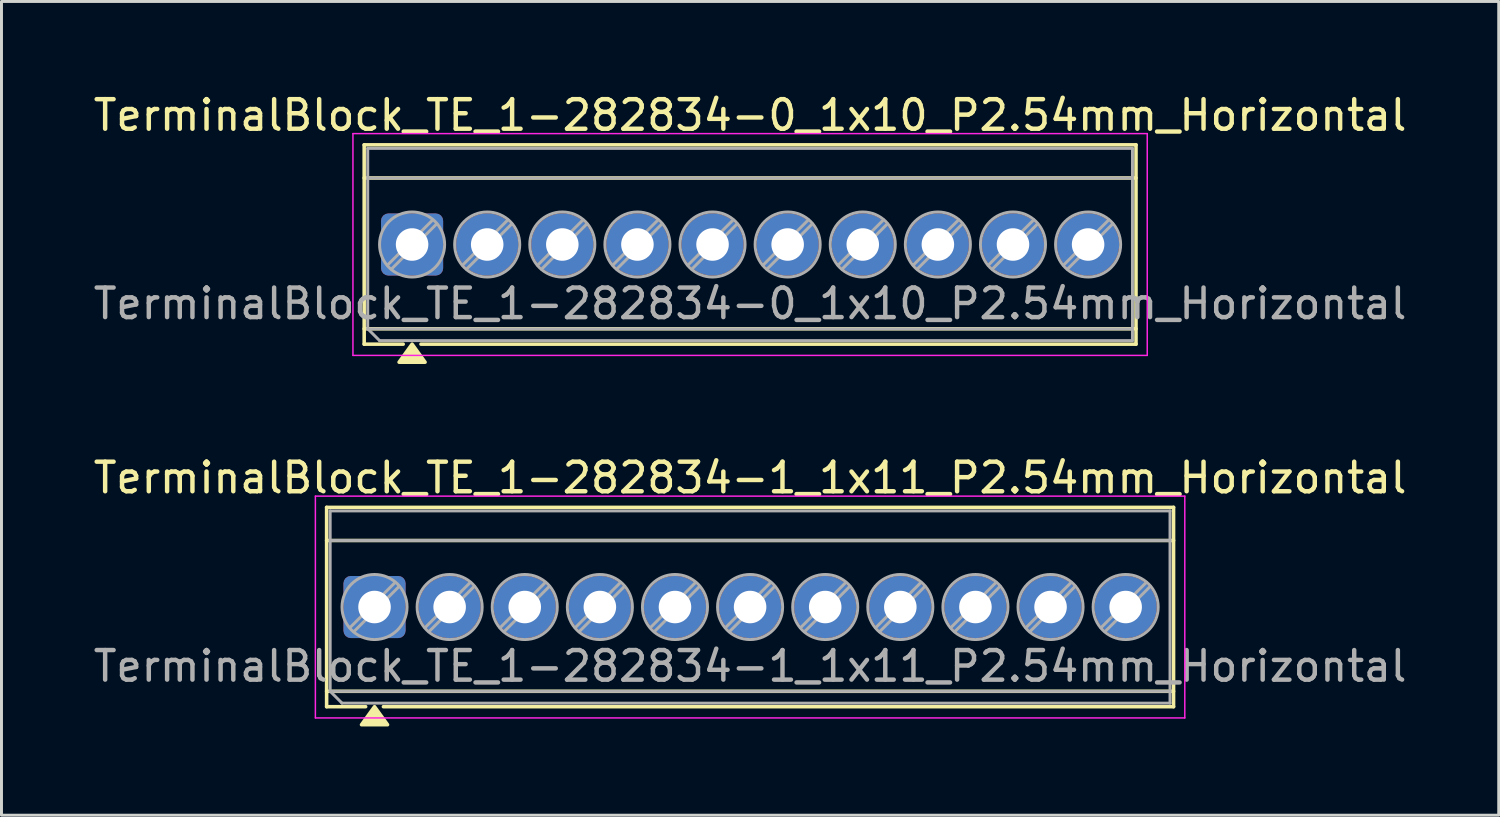
<source format=kicad_pcb>
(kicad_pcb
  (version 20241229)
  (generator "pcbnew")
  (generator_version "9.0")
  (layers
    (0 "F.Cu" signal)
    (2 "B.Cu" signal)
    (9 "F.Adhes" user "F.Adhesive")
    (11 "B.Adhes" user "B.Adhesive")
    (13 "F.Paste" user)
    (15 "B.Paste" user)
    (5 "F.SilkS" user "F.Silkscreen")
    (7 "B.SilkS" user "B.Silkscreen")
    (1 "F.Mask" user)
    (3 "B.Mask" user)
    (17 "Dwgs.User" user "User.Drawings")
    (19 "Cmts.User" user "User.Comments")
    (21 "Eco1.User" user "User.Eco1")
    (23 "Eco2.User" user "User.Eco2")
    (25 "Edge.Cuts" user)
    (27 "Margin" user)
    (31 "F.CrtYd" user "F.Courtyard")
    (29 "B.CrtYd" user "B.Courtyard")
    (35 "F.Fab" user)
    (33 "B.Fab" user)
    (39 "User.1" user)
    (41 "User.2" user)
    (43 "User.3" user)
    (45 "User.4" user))
  (footprint "TerminalBlock_TE_1-282834-1_1x11_P2.54mm_Horizontal"
    (layer "F.Cu")
    (at 9.615 17.477)
    (property "Reference" "TerminalBlock_TE_1-282834-1_1x11_P2.54mm_Horizontal" (at 12.7 -4.37 0) (layer "F.SilkS") (effects (font (size 1 1) (thickness 0.15))))
    (attr through_hole)
    (fp_line (start -1.62 -3.37) (end -1.62 3.37) (stroke (width 0.12) (type solid)) (layer "F.SilkS"))
    (fp_line (start -1.62 -3.37) (end 27.02 -3.37) (stroke (width 0.12) (type solid)) (layer "F.SilkS"))
    (fp_line (start -1.62 -2.25) (end 27.02 -2.25) (stroke (width 0.12) (type solid)) (layer "F.SilkS"))
    (fp_line (start -1.62 2.85) (end 27.02 2.85) (stroke (width 0.12) (type solid)) (layer "F.SilkS"))
    (fp_line (start -1.62 3.37) (end -0.3 3.37) (stroke (width 0.12) (type solid)) (layer "F.SilkS"))
    (fp_line (start 0.3 3.37) (end 27.02 3.37) (stroke (width 0.12) (type solid)) (layer "F.SilkS"))
    (fp_line (start 27.02 -3.37) (end 27.02 3.37) (stroke (width 0.12) (type solid)) (layer "F.SilkS"))
    (fp_poly (pts (xy 0 3.37) (xy 0.44 3.98) (xy -0.44 3.98)) (stroke (width 0.12) (type solid)) (fill yes) (layer "F.SilkS"))
    (fp_line (start -2 -3.75) (end -2 3.75) (stroke (width 0.05) (type solid)) (layer "F.CrtYd"))
    (fp_line (start -2 3.75) (end 27.4 3.75) (stroke (width 0.05) (type solid)) (layer "F.CrtYd"))
    (fp_line (start 27.4 -3.75) (end -2 -3.75) (stroke (width 0.05) (type solid)) (layer "F.CrtYd"))
    (fp_line (start 27.4 3.75) (end 27.4 -3.75) (stroke (width 0.05) (type solid)) (layer "F.CrtYd"))
    (fp_line (start -1.5 -3.25) (end 26.9 -3.25) (stroke (width 0.1) (type solid)) (layer "F.Fab"))
    (fp_line (start -1.5 -2.25) (end 26.9 -2.25) (stroke (width 0.1) (type solid)) (layer "F.Fab"))
    (fp_line (start -1.5 2.85) (end -1.5 -3.25) (stroke (width 0.1) (type solid)) (layer "F.Fab"))
    (fp_line (start -1.5 2.85) (end 26.9 2.85) (stroke (width 0.1) (type solid)) (layer "F.Fab"))
    (fp_line (start -1.1 3.25) (end -1.5 2.85) (stroke (width 0.1) (type solid)) (layer "F.Fab"))
    (fp_line (start 0.7 -0.834) (end -0.834 0.7) (stroke (width 0.1) (type solid)) (layer "F.Fab"))
    (fp_line (start 0.834 -0.7) (end -0.7 0.834) (stroke (width 0.1) (type solid)) (layer "F.Fab"))
    (fp_line (start 3.24 -0.834) (end 1.706 0.7) (stroke (width 0.1) (type solid)) (layer "F.Fab"))
    (fp_line (start 3.374 -0.7) (end 1.84 0.834) (stroke (width 0.1) (type solid)) (layer "F.Fab"))
    (fp_line (start 5.78 -0.834) (end 4.246 0.7) (stroke (width 0.1) (type solid)) (layer "F.Fab"))
    (fp_line (start 5.914 -0.7) (end 4.38 0.834) (stroke (width 0.1) (type solid)) (layer "F.Fab"))
    (fp_line (start 8.32 -0.834) (end 6.786 0.7) (stroke (width 0.1) (type solid)) (layer "F.Fab"))
    (fp_line (start 8.454 -0.7) (end 6.92 0.834) (stroke (width 0.1) (type solid)) (layer "F.Fab"))
    (fp_line (start 10.86 -0.834) (end 9.326 0.7) (stroke (width 0.1) (type solid)) (layer "F.Fab"))
    (fp_line (start 10.994 -0.7) (end 9.46 0.834) (stroke (width 0.1) (type solid)) (layer "F.Fab"))
    (fp_line (start 13.4 -0.834) (end 11.866 0.7) (stroke (width 0.1) (type solid)) (layer "F.Fab"))
    (fp_line (start 13.534 -0.7) (end 12 0.834) (stroke (width 0.1) (type solid)) (layer "F.Fab"))
    (fp_line (start 15.94 -0.834) (end 14.406 0.7) (stroke (width 0.1) (type solid)) (layer "F.Fab"))
    (fp_line (start 16.074 -0.7) (end 14.54 0.834) (stroke (width 0.1) (type solid)) (layer "F.Fab"))
    (fp_line (start 18.48 -0.834) (end 16.946 0.7) (stroke (width 0.1) (type solid)) (layer "F.Fab"))
    (fp_line (start 18.614 -0.7) (end 17.08 0.834) (stroke (width 0.1) (type solid)) (layer "F.Fab"))
    (fp_line (start 21.02 -0.834) (end 19.486 0.7) (stroke (width 0.1) (type solid)) (layer "F.Fab"))
    (fp_line (start 21.154 -0.7) (end 19.62 0.834) (stroke (width 0.1) (type solid)) (layer "F.Fab"))
    (fp_line (start 23.56 -0.834) (end 22.026 0.7) (stroke (width 0.1) (type solid)) (layer "F.Fab"))
    (fp_line (start 23.694 -0.7) (end 22.16 0.834) (stroke (width 0.1) (type solid)) (layer "F.Fab"))
    (fp_line (start 26.1 -0.834) (end 24.566 0.7) (stroke (width 0.1) (type solid)) (layer "F.Fab"))
    (fp_line (start 26.234 -0.7) (end 24.7 0.834) (stroke (width 0.1) (type solid)) (layer "F.Fab"))
    (fp_line (start 26.9 -3.25) (end 26.9 3.25) (stroke (width 0.1) (type solid)) (layer "F.Fab"))
    (fp_line (start 26.9 3.25) (end -1.1 3.25) (stroke (width 0.1) (type solid)) (layer "F.Fab"))
    (fp_circle (center 0 0) (end 1.1 0) (stroke (width 0.1) (type solid)) (fill no) (layer "F.Fab"))
    (fp_circle (center 2.54 0) (end 3.64 0) (stroke (width 0.1) (type solid)) (fill no) (layer "F.Fab"))
    (fp_circle (center 5.08 0) (end 6.18 0) (stroke (width 0.1) (type solid)) (fill no) (layer "F.Fab"))
    (fp_circle (center 7.62 0) (end 8.72 0) (stroke (width 0.1) (type solid)) (fill no) (layer "F.Fab"))
    (fp_circle (center 10.16 0) (end 11.26 0) (stroke (width 0.1) (type solid)) (fill no) (layer "F.Fab"))
    (fp_circle (center 12.7 0) (end 13.8 0) (stroke (width 0.1) (type solid)) (fill no) (layer "F.Fab"))
    (fp_circle (center 15.24 0) (end 16.34 0) (stroke (width 0.1) (type solid)) (fill no) (layer "F.Fab"))
    (fp_circle (center 17.78 0) (end 18.88 0) (stroke (width 0.1) (type solid)) (fill no) (layer "F.Fab"))
    (fp_circle (center 20.32 0) (end 21.42 0) (stroke (width 0.1) (type solid)) (fill no) (layer "F.Fab"))
    (fp_circle (center 22.86 0) (end 23.96 0) (stroke (width 0.1) (type solid)) (fill no) (layer "F.Fab"))
    (fp_circle (center 25.4 0) (end 26.5 0) (stroke (width 0.1) (type solid)) (fill no) (layer "F.Fab"))
    (fp_text user "${REFERENCE}" (at 12.7 2 0) (layer "F.Fab") (effects (font (size 1 1) (thickness 0.15))))
    (pad "1" thru_hole roundrect (at 0 0) (size 2.1 2.1) (drill 1.1) (layers "*.Cu" "*.Mask") (roundrect_rratio 0.119))
    (pad "2" thru_hole circle (at 2.54 0) (size 2.1 2.1) (drill 1.1) (layers "*.Cu" "*.Mask"))
    (pad "3" thru_hole circle (at 5.08 0) (size 2.1 2.1) (drill 1.1) (layers "*.Cu" "*.Mask"))
    (pad "4" thru_hole circle (at 7.62 0) (size 2.1 2.1) (drill 1.1) (layers "*.Cu" "*.Mask"))
    (pad "5" thru_hole circle (at 10.16 0) (size 2.1 2.1) (drill 1.1) (layers "*.Cu" "*.Mask"))
    (pad "6" thru_hole circle (at 12.7 0) (size 2.1 2.1) (drill 1.1) (layers "*.Cu" "*.Mask"))
    (pad "7" thru_hole circle (at 15.24 0) (size 2.1 2.1) (drill 1.1) (layers "*.Cu" "*.Mask"))
    (pad "8" thru_hole circle (at 17.78 0) (size 2.1 2.1) (drill 1.1) (layers "*.Cu" "*.Mask"))
    (pad "9" thru_hole circle (at 20.32 0) (size 2.1 2.1) (drill 1.1) (layers "*.Cu" "*.Mask"))
    (pad "10" thru_hole circle (at 22.86 0) (size 2.1 2.1) (drill 1.1) (layers "*.Cu" "*.Mask"))
    (pad "11" thru_hole circle (at 25.4 0) (size 2.1 2.1) (drill 1.1) (layers "*.Cu" "*.Mask")))
  (footprint "TerminalBlock_TE_1-282834-0_1x10_P2.54mm_Horizontal"
    (layer "F.Cu")
    (at 10.885 5.218)
    (property "Reference" "TerminalBlock_TE_1-282834-0_1x10_P2.54mm_Horizontal" (at 11.43 -4.37 0) (layer "F.SilkS") (effects (font (size 1 1) (thickness 0.15))))
    (attr through_hole)
    (fp_line (start -1.62 -3.37) (end -1.62 3.37) (stroke (width 0.12) (type solid)) (layer "F.SilkS"))
    (fp_line (start -1.62 -3.37) (end 24.48 -3.37) (stroke (width 0.12) (type solid)) (layer "F.SilkS"))
    (fp_line (start -1.62 -2.25) (end 24.48 -2.25) (stroke (width 0.12) (type solid)) (layer "F.SilkS"))
    (fp_line (start -1.62 2.85) (end 24.48 2.85) (stroke (width 0.12) (type solid)) (layer "F.SilkS"))
    (fp_line (start -1.62 3.37) (end -0.3 3.37) (stroke (width 0.12) (type solid)) (layer "F.SilkS"))
    (fp_line (start 0.3 3.37) (end 24.48 3.37) (stroke (width 0.12) (type solid)) (layer "F.SilkS"))
    (fp_line (start 24.48 -3.37) (end 24.48 3.37) (stroke (width 0.12) (type solid)) (layer "F.SilkS"))
    (fp_poly (pts (xy 0 3.37) (xy 0.44 3.98) (xy -0.44 3.98)) (stroke (width 0.12) (type solid)) (fill yes) (layer "F.SilkS"))
    (fp_line (start -2 -3.75) (end -2 3.75) (stroke (width 0.05) (type solid)) (layer "F.CrtYd"))
    (fp_line (start -2 3.75) (end 24.86 3.75) (stroke (width 0.05) (type solid)) (layer "F.CrtYd"))
    (fp_line (start 24.86 -3.75) (end -2 -3.75) (stroke (width 0.05) (type solid)) (layer "F.CrtYd"))
    (fp_line (start 24.86 3.75) (end 24.86 -3.75) (stroke (width 0.05) (type solid)) (layer "F.CrtYd"))
    (fp_line (start -1.5 -3.25) (end 24.36 -3.25) (stroke (width 0.1) (type solid)) (layer "F.Fab"))
    (fp_line (start -1.5 -2.25) (end 24.36 -2.25) (stroke (width 0.1) (type solid)) (layer "F.Fab"))
    (fp_line (start -1.5 2.85) (end -1.5 -3.25) (stroke (width 0.1) (type solid)) (layer "F.Fab"))
    (fp_line (start -1.5 2.85) (end 24.36 2.85) (stroke (width 0.1) (type solid)) (layer "F.Fab"))
    (fp_line (start -1.1 3.25) (end -1.5 2.85) (stroke (width 0.1) (type solid)) (layer "F.Fab"))
    (fp_line (start 0.7 -0.834) (end -0.834 0.7) (stroke (width 0.1) (type solid)) (layer "F.Fab"))
    (fp_line (start 0.834 -0.7) (end -0.7 0.834) (stroke (width 0.1) (type solid)) (layer "F.Fab"))
    (fp_line (start 3.24 -0.834) (end 1.706 0.7) (stroke (width 0.1) (type solid)) (layer "F.Fab"))
    (fp_line (start 3.374 -0.7) (end 1.84 0.834) (stroke (width 0.1) (type solid)) (layer "F.Fab"))
    (fp_line (start 5.78 -0.834) (end 4.246 0.7) (stroke (width 0.1) (type solid)) (layer "F.Fab"))
    (fp_line (start 5.914 -0.7) (end 4.38 0.834) (stroke (width 0.1) (type solid)) (layer "F.Fab"))
    (fp_line (start 8.32 -0.834) (end 6.786 0.7) (stroke (width 0.1) (type solid)) (layer "F.Fab"))
    (fp_line (start 8.454 -0.7) (end 6.92 0.834) (stroke (width 0.1) (type solid)) (layer "F.Fab"))
    (fp_line (start 10.86 -0.834) (end 9.326 0.7) (stroke (width 0.1) (type solid)) (layer "F.Fab"))
    (fp_line (start 10.994 -0.7) (end 9.46 0.834) (stroke (width 0.1) (type solid)) (layer "F.Fab"))
    (fp_line (start 13.4 -0.834) (end 11.866 0.7) (stroke (width 0.1) (type solid)) (layer "F.Fab"))
    (fp_line (start 13.534 -0.7) (end 12 0.834) (stroke (width 0.1) (type solid)) (layer "F.Fab"))
    (fp_line (start 15.94 -0.834) (end 14.406 0.7) (stroke (width 0.1) (type solid)) (layer "F.Fab"))
    (fp_line (start 16.074 -0.7) (end 14.54 0.834) (stroke (width 0.1) (type solid)) (layer "F.Fab"))
    (fp_line (start 18.48 -0.834) (end 16.946 0.7) (stroke (width 0.1) (type solid)) (layer "F.Fab"))
    (fp_line (start 18.614 -0.7) (end 17.08 0.834) (stroke (width 0.1) (type solid)) (layer "F.Fab"))
    (fp_line (start 21.02 -0.834) (end 19.486 0.7) (stroke (width 0.1) (type solid)) (layer "F.Fab"))
    (fp_line (start 21.154 -0.7) (end 19.62 0.834) (stroke (width 0.1) (type solid)) (layer "F.Fab"))
    (fp_line (start 23.56 -0.834) (end 22.026 0.7) (stroke (width 0.1) (type solid)) (layer "F.Fab"))
    (fp_line (start 23.694 -0.7) (end 22.16 0.834) (stroke (width 0.1) (type solid)) (layer "F.Fab"))
    (fp_line (start 24.36 -3.25) (end 24.36 3.25) (stroke (width 0.1) (type solid)) (layer "F.Fab"))
    (fp_line (start 24.36 3.25) (end -1.1 3.25) (stroke (width 0.1) (type solid)) (layer "F.Fab"))
    (fp_circle (center 0 0) (end 1.1 0) (stroke (width 0.1) (type solid)) (fill no) (layer "F.Fab"))
    (fp_circle (center 2.54 0) (end 3.64 0) (stroke (width 0.1) (type solid)) (fill no) (layer "F.Fab"))
    (fp_circle (center 5.08 0) (end 6.18 0) (stroke (width 0.1) (type solid)) (fill no) (layer "F.Fab"))
    (fp_circle (center 7.62 0) (end 8.72 0) (stroke (width 0.1) (type solid)) (fill no) (layer "F.Fab"))
    (fp_circle (center 10.16 0) (end 11.26 0) (stroke (width 0.1) (type solid)) (fill no) (layer "F.Fab"))
    (fp_circle (center 12.7 0) (end 13.8 0) (stroke (width 0.1) (type solid)) (fill no) (layer "F.Fab"))
    (fp_circle (center 15.24 0) (end 16.34 0) (stroke (width 0.1) (type solid)) (fill no) (layer "F.Fab"))
    (fp_circle (center 17.78 0) (end 18.88 0) (stroke (width 0.1) (type solid)) (fill no) (layer "F.Fab"))
    (fp_circle (center 20.32 0) (end 21.42 0) (stroke (width 0.1) (type solid)) (fill no) (layer "F.Fab"))
    (fp_circle (center 22.86 0) (end 23.96 0) (stroke (width 0.1) (type solid)) (fill no) (layer "F.Fab"))
    (fp_text user "${REFERENCE}" (at 11.43 2 0) (layer "F.Fab") (effects (font (size 1 1) (thickness 0.15))))
    (pad "1" thru_hole roundrect (at 0 0) (size 2.1 2.1) (drill 1.1) (layers "*.Cu" "*.Mask") (roundrect_rratio 0.119))
    (pad "2" thru_hole circle (at 2.54 0) (size 2.1 2.1) (drill 1.1) (layers "*.Cu" "*.Mask"))
    (pad "3" thru_hole circle (at 5.08 0) (size 2.1 2.1) (drill 1.1) (layers "*.Cu" "*.Mask"))
    (pad "4" thru_hole circle (at 7.62 0) (size 2.1 2.1) (drill 1.1) (layers "*.Cu" "*.Mask"))
    (pad "5" thru_hole circle (at 10.16 0) (size 2.1 2.1) (drill 1.1) (layers "*.Cu" "*.Mask"))
    (pad "6" thru_hole circle (at 12.7 0) (size 2.1 2.1) (drill 1.1) (layers "*.Cu" "*.Mask"))
    (pad "7" thru_hole circle (at 15.24 0) (size 2.1 2.1) (drill 1.1) (layers "*.Cu" "*.Mask"))
    (pad "8" thru_hole circle (at 17.78 0) (size 2.1 2.1) (drill 1.1) (layers "*.Cu" "*.Mask"))
    (pad "9" thru_hole circle (at 20.32 0) (size 2.1 2.1) (drill 1.1) (layers "*.Cu" "*.Mask"))
    (pad "10" thru_hole circle (at 22.86 0) (size 2.1 2.1) (drill 1.1) (layers "*.Cu" "*.Mask")))
  (gr_rect
    (start -3 -3)
    (end 47.631 24.517)
    (stroke (width 0.1) (type default))
    (fill no)
    (layer "Edge.Cuts")))
</source>
